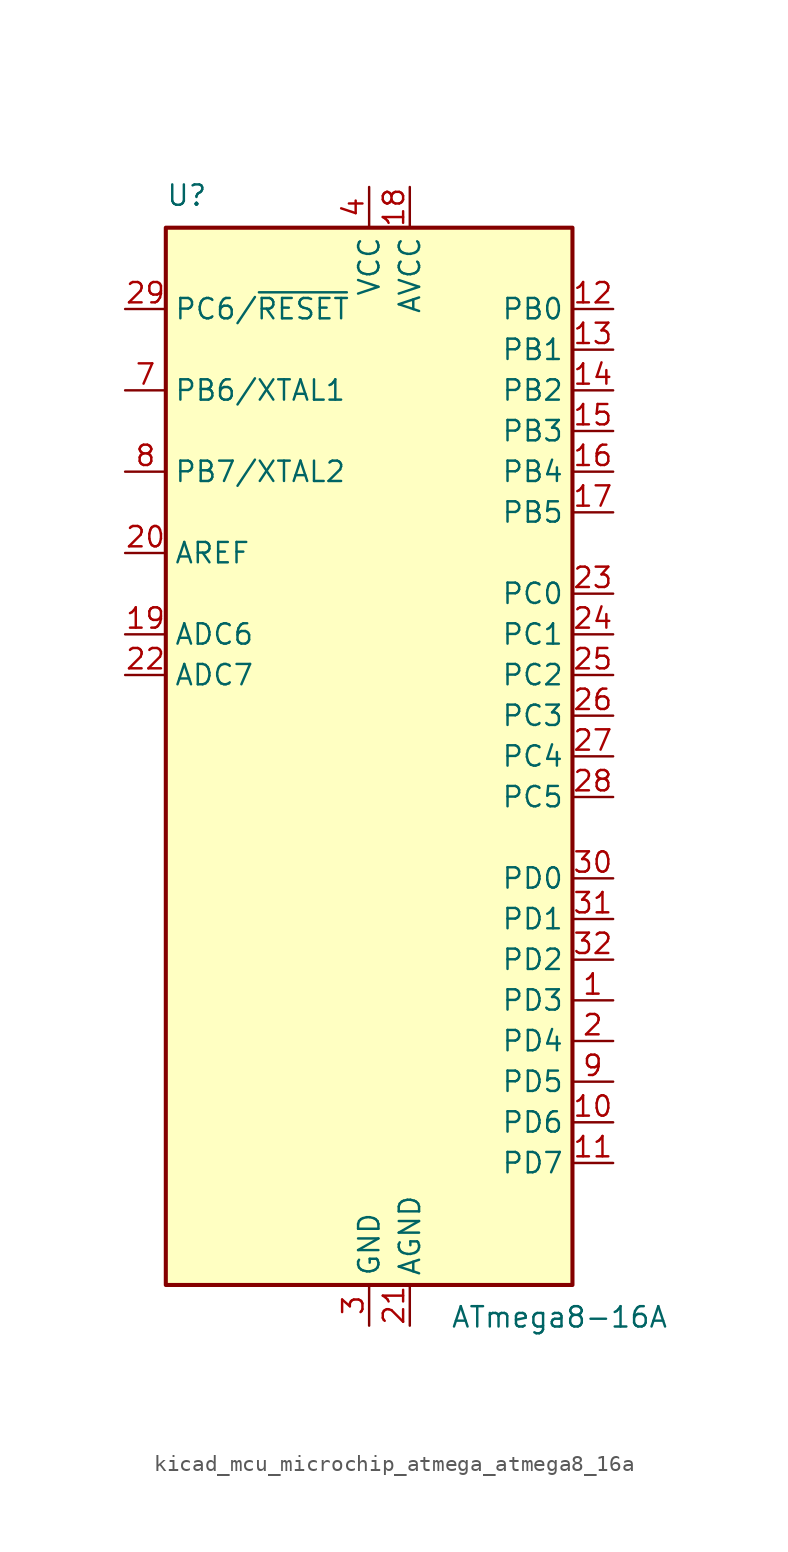
<source format=kicad_sym>
(kicad_symbol_lib
  (version 20220914)
  (generator kicad_symbol_editor)
  (symbol "kicad_mcu_microchip_atmega_atmega8_16a"
    (property "Reference" "U"
      (at -12.7 34.29 0)
      (effects (font (size 1.27 1.27)) (justify left bottom)))
    (property "Value" "ATmega8-16A"
      (at 5.08 -34.29 0)
      (effects (font (size 1.27 1.27)) (justify left top)))
    (symbol "kicad_mcu_microchip_atmega_atmega8_16a_0_1"
      (rectangle (start -12.7 -33.02) (end 12.7 33.02) (stroke (width 0.254) (type default)) (fill (type background))))
    (symbol "kicad_mcu_microchip_atmega_atmega8_16a_1_1"
      (pin bidirectional line (at 15.24 -15.24 180) (length 2.54) (name "PD3" (effects (font (size 1.27 1.27)))) (number "1" (effects (font (size 1.27 1.27)))))
      (pin bidirectional line (at 15.24 -22.86 180) (length 2.54) (name "PD6" (effects (font (size 1.27 1.27)))) (number "10" (effects (font (size 1.27 1.27)))))
      (pin bidirectional line (at 15.24 -25.4 180) (length 2.54) (name "PD7" (effects (font (size 1.27 1.27)))) (number "11" (effects (font (size 1.27 1.27)))))
      (pin bidirectional line (at 15.24 27.94 180) (length 2.54) (name "PB0" (effects (font (size 1.27 1.27)))) (number "12" (effects (font (size 1.27 1.27)))))
      (pin bidirectional line (at 15.24 25.4 180) (length 2.54) (name "PB1" (effects (font (size 1.27 1.27)))) (number "13" (effects (font (size 1.27 1.27)))))
      (pin bidirectional line (at 15.24 22.86 180) (length 2.54) (name "PB2" (effects (font (size 1.27 1.27)))) (number "14" (effects (font (size 1.27 1.27)))))
      (pin bidirectional line (at 15.24 20.32 180) (length 2.54) (name "PB3" (effects (font (size 1.27 1.27)))) (number "15" (effects (font (size 1.27 1.27)))))
      (pin bidirectional line (at 15.24 17.78 180) (length 2.54) (name "PB4" (effects (font (size 1.27 1.27)))) (number "16" (effects (font (size 1.27 1.27)))))
      (pin bidirectional line (at 15.24 15.24 180) (length 2.54) (name "PB5" (effects (font (size 1.27 1.27)))) (number "17" (effects (font (size 1.27 1.27)))))
      (pin power_in line (at 2.54 35.56 270) (length 2.54) (name "AVCC" (effects (font (size 1.27 1.27)))) (number "18" (effects (font (size 1.27 1.27)))))
      (pin input line (at -15.24 7.62 0) (length 2.54) (name "ADC6" (effects (font (size 1.27 1.27)))) (number "19" (effects (font (size 1.27 1.27)))))
      (pin bidirectional line (at 15.24 -17.78 180) (length 2.54) (name "PD4" (effects (font (size 1.27 1.27)))) (number "2" (effects (font (size 1.27 1.27)))))
      (pin passive line (at -15.24 12.7 0) (length 2.54) (name "AREF" (effects (font (size 1.27 1.27)))) (number "20" (effects (font (size 1.27 1.27)))))
      (pin power_in line (at 2.54 -35.56 90) (length 2.54) (name "AGND" (effects (font (size 1.27 1.27)))) (number "21" (effects (font (size 1.27 1.27)))))
      (pin input line (at -15.24 5.08 0) (length 2.54) (name "ADC7" (effects (font (size 1.27 1.27)))) (number "22" (effects (font (size 1.27 1.27)))))
      (pin bidirectional line (at 15.24 10.16 180) (length 2.54) (name "PC0" (effects (font (size 1.27 1.27)))) (number "23" (effects (font (size 1.27 1.27)))))
      (pin bidirectional line (at 15.24 7.62 180) (length 2.54) (name "PC1" (effects (font (size 1.27 1.27)))) (number "24" (effects (font (size 1.27 1.27)))))
      (pin bidirectional line (at 15.24 5.08 180) (length 2.54) (name "PC2" (effects (font (size 1.27 1.27)))) (number "25" (effects (font (size 1.27 1.27)))))
      (pin bidirectional line (at 15.24 2.54 180) (length 2.54) (name "PC3" (effects (font (size 1.27 1.27)))) (number "26" (effects (font (size 1.27 1.27)))))
      (pin bidirectional line (at 15.24 0 180) (length 2.54) (name "PC4" (effects (font (size 1.27 1.27)))) (number "27" (effects (font (size 1.27 1.27)))))
      (pin bidirectional line (at 15.24 -2.54 180) (length 2.54) (name "PC5" (effects (font (size 1.27 1.27)))) (number "28" (effects (font (size 1.27 1.27)))))
      (pin bidirectional line (at -15.24 27.94 0) (length 2.54) (name "PC6/~{RESET}" (effects (font (size 1.27 1.27)))) (number "29" (effects (font (size 1.27 1.27)))))
      (pin power_in line (at 0 -35.56 90) (length 2.54) (name "GND" (effects (font (size 1.27 1.27)))) (number "3" (effects (font (size 1.27 1.27)))))
      (pin bidirectional line (at 15.24 -7.62 180) (length 2.54) (name "PD0" (effects (font (size 1.27 1.27)))) (number "30" (effects (font (size 1.27 1.27)))))
      (pin bidirectional line (at 15.24 -10.16 180) (length 2.54) (name "PD1" (effects (font (size 1.27 1.27)))) (number "31" (effects (font (size 1.27 1.27)))))
      (pin bidirectional line (at 15.24 -12.7 180) (length 2.54) (name "PD2" (effects (font (size 1.27 1.27)))) (number "32" (effects (font (size 1.27 1.27)))))
      (pin power_in line (at 0 35.56 270) (length 2.54) (name "VCC" (effects (font (size 1.27 1.27)))) (number "4" (effects (font (size 1.27 1.27)))))
      (pin passive line (at 0 -35.56 90) (length 2.54) hide (name "GND" (effects (font (size 1.27 1.27)))) (number "5" (effects (font (size 1.27 1.27)))))
      (pin passive line (at 0 35.56 270) (length 2.54) hide (name "VCC" (effects (font (size 1.27 1.27)))) (number "6" (effects (font (size 1.27 1.27)))))
      (pin bidirectional line (at -15.24 22.86 0) (length 2.54) (name "PB6/XTAL1" (effects (font (size 1.27 1.27)))) (number "7" (effects (font (size 1.27 1.27)))))
      (pin bidirectional line (at -15.24 17.78 0) (length 2.54) (name "PB7/XTAL2" (effects (font (size 1.27 1.27)))) (number "8" (effects (font (size 1.27 1.27)))))
      (pin bidirectional line (at 15.24 -20.32 180) (length 2.54) (name "PD5" (effects (font (size 1.27 1.27)))) (number "9" (effects (font (size 1.27 1.27))))))))
</source>
